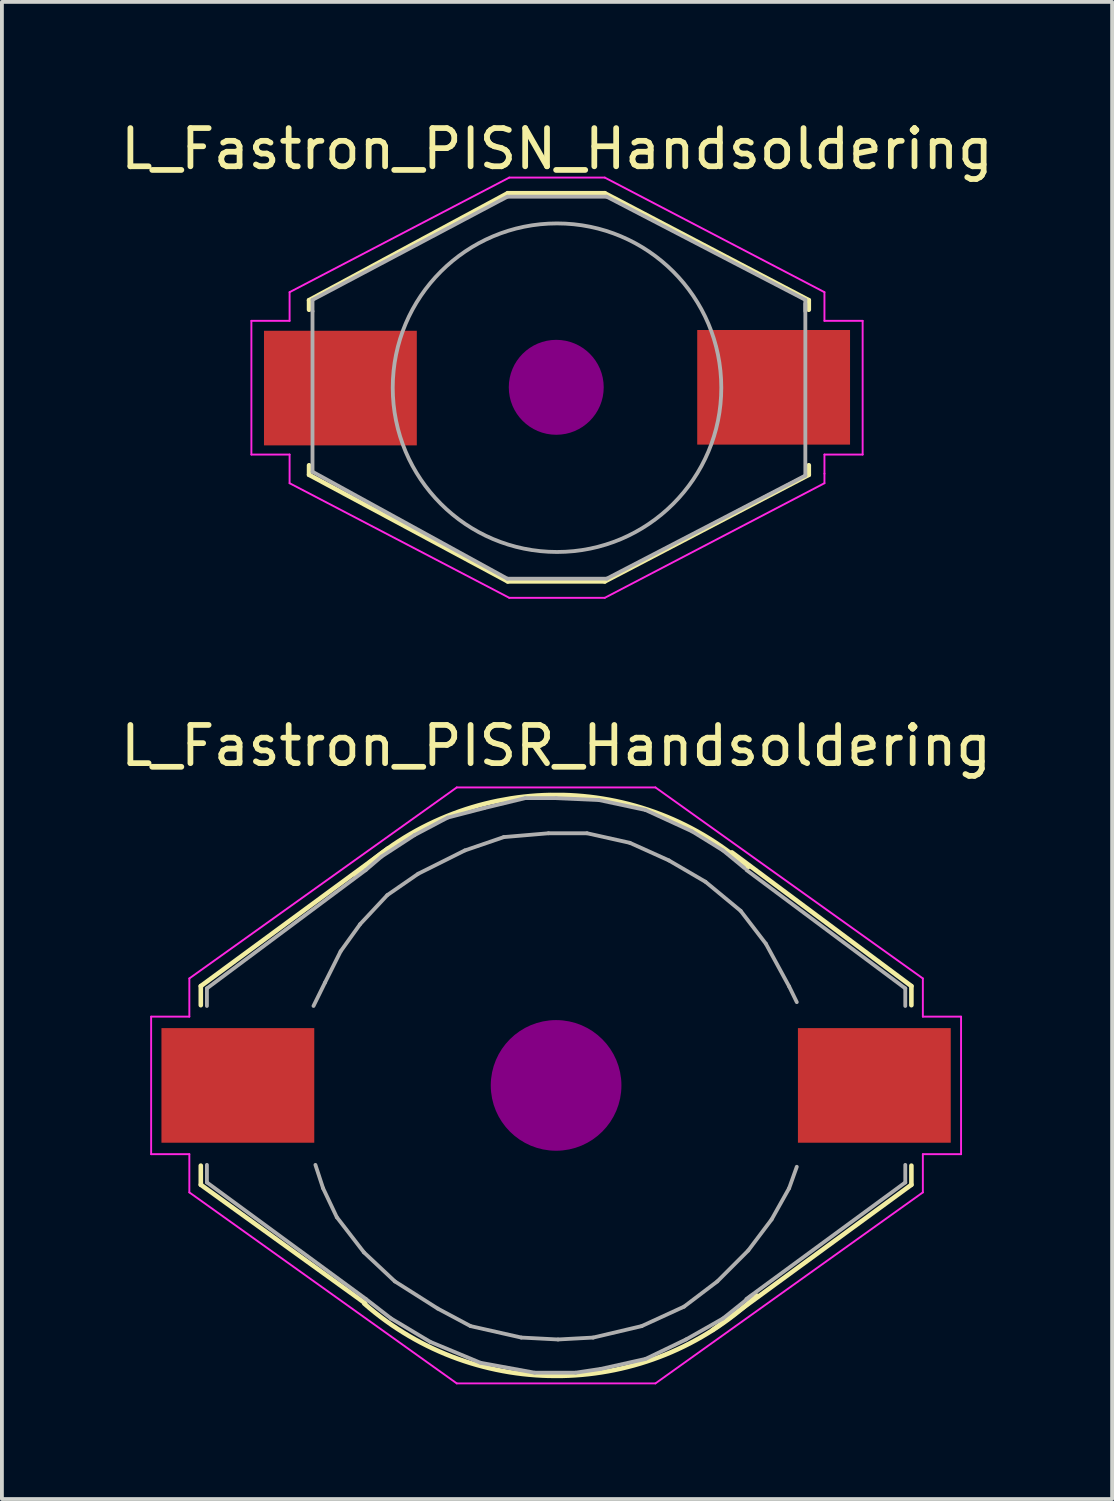
<source format=kicad_pcb>
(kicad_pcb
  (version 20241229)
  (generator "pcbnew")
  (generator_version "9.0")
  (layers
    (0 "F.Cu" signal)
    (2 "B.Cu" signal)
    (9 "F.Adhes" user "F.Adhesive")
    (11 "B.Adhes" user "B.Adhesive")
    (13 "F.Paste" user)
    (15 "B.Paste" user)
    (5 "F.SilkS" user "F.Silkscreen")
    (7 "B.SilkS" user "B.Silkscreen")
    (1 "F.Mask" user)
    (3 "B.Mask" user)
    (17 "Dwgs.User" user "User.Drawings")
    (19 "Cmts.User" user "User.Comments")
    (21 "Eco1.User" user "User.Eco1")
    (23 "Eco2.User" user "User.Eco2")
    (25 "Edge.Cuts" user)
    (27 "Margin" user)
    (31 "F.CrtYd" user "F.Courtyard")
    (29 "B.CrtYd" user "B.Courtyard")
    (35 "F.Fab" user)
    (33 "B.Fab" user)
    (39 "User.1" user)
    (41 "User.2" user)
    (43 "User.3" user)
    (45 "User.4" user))
  (footprint "L_Fastron_PISN_Handsoldering"
    (layer "F.Cu")
    (at 11.53 7.098)
    (property "Reference" "L_Fastron_PISN_Handsoldering" (at 0 -6.25 0) (layer "F.SilkS") (effects (font (size 1 1) (thickness 0.15))))
    (attr smd)
    (fp_line (start -6.49 -2.29) (end -6.49 -2.04) (stroke (width 0.12) (type solid)) (layer "F.SilkS"))
    (fp_line (start -6.49 2.28) (end -6.49 2.03) (stroke (width 0.12) (type solid)) (layer "F.SilkS"))
    (fp_line (start -1.29 -5.09) (end -6.49 -2.29) (stroke (width 0.12) (type solid)) (layer "F.SilkS"))
    (fp_line (start -1.29 -5.09) (end 1.25 -5.09) (stroke (width 0.12) (type solid)) (layer "F.SilkS"))
    (fp_line (start -1.29 5.07) (end -6.49 2.28) (stroke (width 0.12) (type solid)) (layer "F.SilkS"))
    (fp_line (start -1.29 5.07) (end 1.25 5.07) (stroke (width 0.12) (type solid)) (layer "F.SilkS"))
    (fp_line (start 1.25 -5.09) (end 6.59 -2.29) (stroke (width 0.12) (type solid)) (layer "F.SilkS"))
    (fp_line (start 1.25 5.07) (end 6.59 2.28) (stroke (width 0.12) (type solid)) (layer "F.SilkS"))
    (fp_line (start 6.59 -2.29) (end 6.59 -2.04) (stroke (width 0.12) (type solid)) (layer "F.SilkS"))
    (fp_line (start 6.59 2.28) (end 6.59 2.03) (stroke (width 0.12) (type solid)) (layer "F.SilkS"))
    (fp_line (start -0.02 -0.26) (end -0.02 0.25) (stroke (width 0.38) (type solid)) (layer "F.Adhes"))
    (fp_circle (center -0.02 -0.01) (end -0.02 0.5) (stroke (width 0.38) (type solid)) (fill no) (layer "F.Adhes"))
    (fp_circle (center -0.02 -0.01) (end 0.24 -0.01) (stroke (width 0.38) (type solid)) (fill no) (layer "F.Adhes"))
    (fp_circle (center -0.02 -0.01) (end 0.24 0.76) (stroke (width 0.38) (type solid)) (fill no) (layer "F.Adhes"))
    (fp_circle (center -0.02 -0.01) (end 0.24 1.01) (stroke (width 0.38) (type solid)) (fill no) (layer "F.Adhes"))
    (fp_line (start -8 -1.75) (end -8 1.75) (stroke (width 0.05) (type solid)) (layer "F.CrtYd"))
    (fp_line (start -8 1.75) (end -7 1.75) (stroke (width 0.05) (type solid)) (layer "F.CrtYd"))
    (fp_line (start -7 -2.5) (end -7 -1.75) (stroke (width 0.05) (type solid)) (layer "F.CrtYd"))
    (fp_line (start -7 -2.5) (end -1.25 -5.5) (stroke (width 0.05) (type solid)) (layer "F.CrtYd"))
    (fp_line (start -7 -1.75) (end -8 -1.75) (stroke (width 0.05) (type solid)) (layer "F.CrtYd"))
    (fp_line (start -7 1.75) (end -7 2.5) (stroke (width 0.05) (type solid)) (layer "F.CrtYd"))
    (fp_line (start -1.25 -5.5) (end 1.25 -5.5) (stroke (width 0.05) (type solid)) (layer "F.CrtYd"))
    (fp_line (start -1.25 5.5) (end -7 2.5) (stroke (width 0.05) (type solid)) (layer "F.CrtYd"))
    (fp_line (start 1.25 -5.5) (end 7 -2.5) (stroke (width 0.05) (type solid)) (layer "F.CrtYd"))
    (fp_line (start 1.25 5.5) (end -1.25 5.5) (stroke (width 0.05) (type solid)) (layer "F.CrtYd"))
    (fp_line (start 7 -1.75) (end 7 -2.5) (stroke (width 0.05) (type solid)) (layer "F.CrtYd"))
    (fp_line (start 7 1.75) (end 8 1.75) (stroke (width 0.05) (type solid)) (layer "F.CrtYd"))
    (fp_line (start 7 2.25) (end 7 1.75) (stroke (width 0.05) (type solid)) (layer "F.CrtYd"))
    (fp_line (start 7 2.25) (end 7 2.5) (stroke (width 0.05) (type solid)) (layer "F.CrtYd"))
    (fp_line (start 7 2.5) (end 1.25 5.5) (stroke (width 0.05) (type solid)) (layer "F.CrtYd"))
    (fp_line (start 8 -1.75) (end 7 -1.75) (stroke (width 0.05) (type solid)) (layer "F.CrtYd"))
    (fp_line (start 8 1.75) (end 8 -1.75) (stroke (width 0.05) (type solid)) (layer "F.CrtYd"))
    (fp_line (start -6.4 -2.3) (end -1.3 -5) (stroke (width 0.1) (type solid)) (layer "F.Fab"))
    (fp_line (start -6.4 -2) (end -6.4 -2.3) (stroke (width 0.1) (type solid)) (layer "F.Fab"))
    (fp_line (start -6.4 -2) (end -6.4 2.2) (stroke (width 0.1) (type solid)) (layer "F.Fab"))
    (fp_line (start -6.4 2.2) (end -1.3 5) (stroke (width 0.1) (type solid)) (layer "F.Fab"))
    (fp_line (start -1.3 -5) (end 1.3 -5) (stroke (width 0.1) (type solid)) (layer "F.Fab"))
    (fp_line (start -1.3 5) (end 1.3 5) (stroke (width 0.1) (type solid)) (layer "F.Fab"))
    (fp_line (start 1.3 -5) (end 6.5 -2.3) (stroke (width 0.1) (type solid)) (layer "F.Fab"))
    (fp_line (start 1.3 5) (end 6.5 2.3) (stroke (width 0.1) (type solid)) (layer "F.Fab"))
    (fp_line (start 6.5 -2.3) (end 6.5 -2) (stroke (width 0.1) (type solid)) (layer "F.Fab"))
    (fp_line (start 6.5 2.3) (end 6.5 -2.2) (stroke (width 0.1) (type solid)) (layer "F.Fab"))
    (fp_circle (center 0 0) (end 0 -4.3) (stroke (width 0.1) (type solid)) (fill no) (layer "F.Fab"))
    (pad "1" smd rect (at 5.67 -0.01) (size 4 3) (layers "F.Cu" "F.Mask" "F.Paste"))
    (pad "2" smd rect (at -5.67 0.01) (size 4 3) (layers "F.Cu" "F.Mask" "F.Paste")))
  (footprint "L_Fastron_PISR_Handsoldering"
    (layer "F.Cu")
    (at 11.506 25.361)
    (property "Reference" "L_Fastron_PISR_Handsoldering" (at 0 -8.89 0) (layer "F.SilkS") (effects (font (size 1 1) (thickness 0.15))))
    (attr smd)
    (fp_line (start -9.3 -2.6) (end -9.3 -2.1) (stroke (width 0.12) (type solid)) (layer "F.SilkS"))
    (fp_line (start -9.3 -2.6) (end -4.4 -6.2) (stroke (width 0.12) (type solid)) (layer "F.SilkS"))
    (fp_line (start -9.3 2.6) (end -9.3 2.1) (stroke (width 0.12) (type solid)) (layer "F.SilkS"))
    (fp_line (start -5 5.7) (end -9.3 2.6) (stroke (width 0.12) (type solid)) (layer "F.SilkS"))
    (fp_line (start 4.1 6.4) (end 9.3 2.6) (stroke (width 0.12) (type solid)) (layer "F.SilkS"))
    (fp_line (start 4.6 -6.1) (end 9.3 -2.6) (stroke (width 0.12) (type solid)) (layer "F.SilkS"))
    (fp_line (start 9.3 -2.6) (end 9.3 -2.1) (stroke (width 0.12) (type solid)) (layer "F.SilkS"))
    (fp_line (start 9.3 2.6) (end 9.3 2.1) (stroke (width 0.12) (type solid)) (layer "F.SilkS"))
    (fp_arc (start -5.25 -5.5) (mid -0.15496 -7.601874) (end 5.021503 -5.709379) (stroke (width 0.12) (type solid)) (layer "F.SilkS"))
    (fp_arc (start 5.25 5.5) (mid 0.15496 7.601874) (end -5.021503 5.709379) (stroke (width 0.12) (type solid)) (layer "F.SilkS"))
    (fp_line (start 0 -0.25) (end 0 0.25) (stroke (width 0.38) (type solid)) (layer "F.Adhes"))
    (fp_circle (center 0 0) (end 0 0.25) (stroke (width 0.38) (type solid)) (fill no) (layer "F.Adhes"))
    (fp_circle (center 0 0) (end 0 0.51) (stroke (width 0.38) (type solid)) (fill no) (layer "F.Adhes"))
    (fp_circle (center 0 0) (end 0 0.76) (stroke (width 0.38) (type solid)) (fill no) (layer "F.Adhes"))
    (fp_circle (center 0 0) (end 0 1.02) (stroke (width 0.38) (type solid)) (fill no) (layer "F.Adhes"))
    (fp_circle (center 0 0) (end 0 1.27) (stroke (width 0.38) (type solid)) (fill no) (layer "F.Adhes"))
    (fp_circle (center 0 0) (end 0 1.52) (stroke (width 0.38) (type solid)) (fill no) (layer "F.Adhes"))
    (fp_line (start -10.6 -1.8) (end -9.6 -1.8) (stroke (width 0.05) (type solid)) (layer "F.CrtYd"))
    (fp_line (start -10.6 1.8) (end -10.6 -1.8) (stroke (width 0.05) (type solid)) (layer "F.CrtYd"))
    (fp_line (start -9.6 -2.8) (end -2.6 -7.8) (stroke (width 0.05) (type solid)) (layer "F.CrtYd"))
    (fp_line (start -9.6 -1.8) (end -9.6 -2.8) (stroke (width 0.05) (type solid)) (layer "F.CrtYd"))
    (fp_line (start -9.6 1.8) (end -10.6 1.8) (stroke (width 0.05) (type solid)) (layer "F.CrtYd"))
    (fp_line (start -9.6 2.8) (end -9.6 1.8) (stroke (width 0.05) (type solid)) (layer "F.CrtYd"))
    (fp_line (start -2.6 -7.8) (end 2.6 -7.8) (stroke (width 0.05) (type solid)) (layer "F.CrtYd"))
    (fp_line (start -2.6 7.8) (end -9.6 2.8) (stroke (width 0.05) (type solid)) (layer "F.CrtYd"))
    (fp_line (start 2.6 -7.8) (end 9.6 -2.8) (stroke (width 0.05) (type solid)) (layer "F.CrtYd"))
    (fp_line (start 2.6 7.8) (end -2.6 7.8) (stroke (width 0.05) (type solid)) (layer "F.CrtYd"))
    (fp_line (start 9.6 -2.8) (end 9.6 -1.8) (stroke (width 0.05) (type solid)) (layer "F.CrtYd"))
    (fp_line (start 9.6 -1.8) (end 10.6 -1.8) (stroke (width 0.05) (type solid)) (layer "F.CrtYd"))
    (fp_line (start 9.6 1.8) (end 9.6 2.8) (stroke (width 0.05) (type solid)) (layer "F.CrtYd"))
    (fp_line (start 9.6 2.8) (end 2.6 7.8) (stroke (width 0.05) (type solid)) (layer "F.CrtYd"))
    (fp_line (start 10.6 -1.8) (end 10.6 1.8) (stroke (width 0.05) (type solid)) (layer "F.CrtYd"))
    (fp_line (start 10.6 1.8) (end 9.6 1.8) (stroke (width 0.05) (type solid)) (layer "F.CrtYd"))
    (fp_line (start -9.14 -2.54) (end -4.98 -5.64) (stroke (width 0.1) (type solid)) (layer "F.Fab"))
    (fp_line (start -9.14 -2.08) (end -9.14 -2.54) (stroke (width 0.1) (type solid)) (layer "F.Fab"))
    (fp_line (start -9.14 2.08) (end -9.14 2.54) (stroke (width 0.1) (type solid)) (layer "F.Fab"))
    (fp_line (start -9.14 2.54) (end -4.98 5.59) (stroke (width 0.1) (type solid)) (layer "F.Fab"))
    (fp_line (start -6.35 -2.08) (end -6.05 -2.69) (stroke (width 0.1) (type solid)) (layer "F.Fab"))
    (fp_line (start -6.3 2.08) (end -6.1 2.69) (stroke (width 0.1) (type solid)) (layer "F.Fab"))
    (fp_line (start -6.1 2.69) (end -5.74 3.45) (stroke (width 0.1) (type solid)) (layer "F.Fab"))
    (fp_line (start -6.05 -2.69) (end -5.64 -3.51) (stroke (width 0.1) (type solid)) (layer "F.Fab"))
    (fp_line (start -5.74 3.45) (end -5.03 4.37) (stroke (width 0.1) (type solid)) (layer "F.Fab"))
    (fp_line (start -5.64 -3.51) (end -5.13 -4.22) (stroke (width 0.1) (type solid)) (layer "F.Fab"))
    (fp_line (start -5.13 -4.22) (end -4.42 -4.98) (stroke (width 0.1) (type solid)) (layer "F.Fab"))
    (fp_line (start -5.03 4.37) (end -4.22 5.13) (stroke (width 0.1) (type solid)) (layer "F.Fab"))
    (fp_line (start -4.98 -5.64) (end -4.57 -5.99) (stroke (width 0.1) (type solid)) (layer "F.Fab"))
    (fp_line (start -4.98 5.59) (end -4.32 6.1) (stroke (width 0.1) (type solid)) (layer "F.Fab"))
    (fp_line (start -4.57 -5.99) (end -3.71 -6.55) (stroke (width 0.1) (type solid)) (layer "F.Fab"))
    (fp_line (start -4.42 -4.98) (end -3.61 -5.54) (stroke (width 0.1) (type solid)) (layer "F.Fab"))
    (fp_line (start -4.32 6.1) (end -3.3 6.71) (stroke (width 0.1) (type solid)) (layer "F.Fab"))
    (fp_line (start -4.22 5.13) (end -3.1 5.84) (stroke (width 0.1) (type solid)) (layer "F.Fab"))
    (fp_line (start -3.71 -6.55) (end -2.84 -7.01) (stroke (width 0.1) (type solid)) (layer "F.Fab"))
    (fp_line (start -3.61 -5.54) (end -2.39 -6.15) (stroke (width 0.1) (type solid)) (layer "F.Fab"))
    (fp_line (start -3.3 6.71) (end -1.98 7.26) (stroke (width 0.1) (type solid)) (layer "F.Fab"))
    (fp_line (start -3.1 5.84) (end -2.24 6.3) (stroke (width 0.1) (type solid)) (layer "F.Fab"))
    (fp_line (start -2.84 -7.01) (end -1.88 -7.26) (stroke (width 0.1) (type solid)) (layer "F.Fab"))
    (fp_line (start -2.39 -6.15) (end -1.37 -6.5) (stroke (width 0.1) (type solid)) (layer "F.Fab"))
    (fp_line (start -2.24 6.3) (end -0.91 6.6) (stroke (width 0.1) (type solid)) (layer "F.Fab"))
    (fp_line (start -1.98 7.26) (end -0.56 7.52) (stroke (width 0.1) (type solid)) (layer "F.Fab"))
    (fp_line (start -1.88 -7.26) (end -0.81 -7.52) (stroke (width 0.1) (type solid)) (layer "F.Fab"))
    (fp_line (start -1.37 -6.5) (end -0.2 -6.6) (stroke (width 0.1) (type solid)) (layer "F.Fab"))
    (fp_line (start -0.91 6.6) (end 0.05 6.65) (stroke (width 0.1) (type solid)) (layer "F.Fab"))
    (fp_line (start -0.81 -7.52) (end 0 -7.52) (stroke (width 0.1) (type solid)) (layer "F.Fab"))
    (fp_line (start -0.56 7.52) (end 0.51 7.52) (stroke (width 0.1) (type solid)) (layer "F.Fab"))
    (fp_line (start -0.2 -6.6) (end 0.81 -6.6) (stroke (width 0.1) (type solid)) (layer "F.Fab"))
    (fp_line (start 0 -7.52) (end 1.12 -7.47) (stroke (width 0.1) (type solid)) (layer "F.Fab"))
    (fp_line (start 0.05 6.65) (end 0.97 6.6) (stroke (width 0.1) (type solid)) (layer "F.Fab"))
    (fp_line (start 0.51 7.52) (end 1.17 7.42) (stroke (width 0.1) (type solid)) (layer "F.Fab"))
    (fp_line (start 0.81 -6.6) (end 1.93 -6.35) (stroke (width 0.1) (type solid)) (layer "F.Fab"))
    (fp_line (start 0.97 6.6) (end 2.24 6.3) (stroke (width 0.1) (type solid)) (layer "F.Fab"))
    (fp_line (start 1.12 -7.47) (end 2.34 -7.21) (stroke (width 0.1) (type solid)) (layer "F.Fab"))
    (fp_line (start 1.17 7.42) (end 2.34 7.16) (stroke (width 0.1) (type solid)) (layer "F.Fab"))
    (fp_line (start 1.93 -6.35) (end 2.95 -5.89) (stroke (width 0.1) (type solid)) (layer "F.Fab"))
    (fp_line (start 2.24 6.3) (end 3.35 5.79) (stroke (width 0.1) (type solid)) (layer "F.Fab"))
    (fp_line (start 2.34 -7.21) (end 3.56 -6.65) (stroke (width 0.1) (type solid)) (layer "F.Fab"))
    (fp_line (start 2.34 7.16) (end 3.4 6.65) (stroke (width 0.1) (type solid)) (layer "F.Fab"))
    (fp_line (start 2.95 -5.89) (end 3.91 -5.33) (stroke (width 0.1) (type solid)) (layer "F.Fab"))
    (fp_line (start 3.35 5.79) (end 4.22 5.13) (stroke (width 0.1) (type solid)) (layer "F.Fab"))
    (fp_line (start 3.4 6.65) (end 4.37 6.1) (stroke (width 0.1) (type solid)) (layer "F.Fab"))
    (fp_line (start 3.56 -6.65) (end 4.37 -6.15) (stroke (width 0.1) (type solid)) (layer "F.Fab"))
    (fp_line (start 3.91 -5.33) (end 4.83 -4.57) (stroke (width 0.1) (type solid)) (layer "F.Fab"))
    (fp_line (start 4.22 5.13) (end 5.03 4.32) (stroke (width 0.1) (type solid)) (layer "F.Fab"))
    (fp_line (start 4.37 -6.15) (end 4.93 -5.69) (stroke (width 0.1) (type solid)) (layer "F.Fab"))
    (fp_line (start 4.37 6.1) (end 5.13 5.49) (stroke (width 0.1) (type solid)) (layer "F.Fab"))
    (fp_line (start 4.83 -4.57) (end 5.49 -3.71) (stroke (width 0.1) (type solid)) (layer "F.Fab"))
    (fp_line (start 5.03 4.32) (end 5.64 3.51) (stroke (width 0.1) (type solid)) (layer "F.Fab"))
    (fp_line (start 5.49 -3.71) (end 6.1 -2.59) (stroke (width 0.1) (type solid)) (layer "F.Fab"))
    (fp_line (start 5.64 3.51) (end 6.1 2.69) (stroke (width 0.1) (type solid)) (layer "F.Fab"))
    (fp_line (start 6.1 -2.59) (end 6.3 -2.18) (stroke (width 0.1) (type solid)) (layer "F.Fab"))
    (fp_line (start 6.1 2.69) (end 6.3 2.13) (stroke (width 0.1) (type solid)) (layer "F.Fab"))
    (fp_line (start 9.14 -2.54) (end 4.98 -5.64) (stroke (width 0.1) (type solid)) (layer "F.Fab"))
    (fp_line (start 9.14 -2.08) (end 9.14 -2.54) (stroke (width 0.1) (type solid)) (layer "F.Fab"))
    (fp_line (start 9.14 2.08) (end 9.14 2.54) (stroke (width 0.1) (type solid)) (layer "F.Fab"))
    (fp_line (start 9.14 2.54) (end 4.98 5.59) (stroke (width 0.1) (type solid)) (layer "F.Fab"))
    (pad "1" smd rect (at 8.33 0) (size 4 3) (layers "F.Cu" "F.Mask" "F.Paste"))
    (pad "2" smd rect (at -8.33 0) (size 4 3) (layers "F.Cu" "F.Mask" "F.Paste")))
  (gr_rect
    (start -3 -3)
    (end 26.06 36.187)
    (stroke (width 0.1) (type default))
    (fill no)
    (layer "Edge.Cuts")))
</source>
